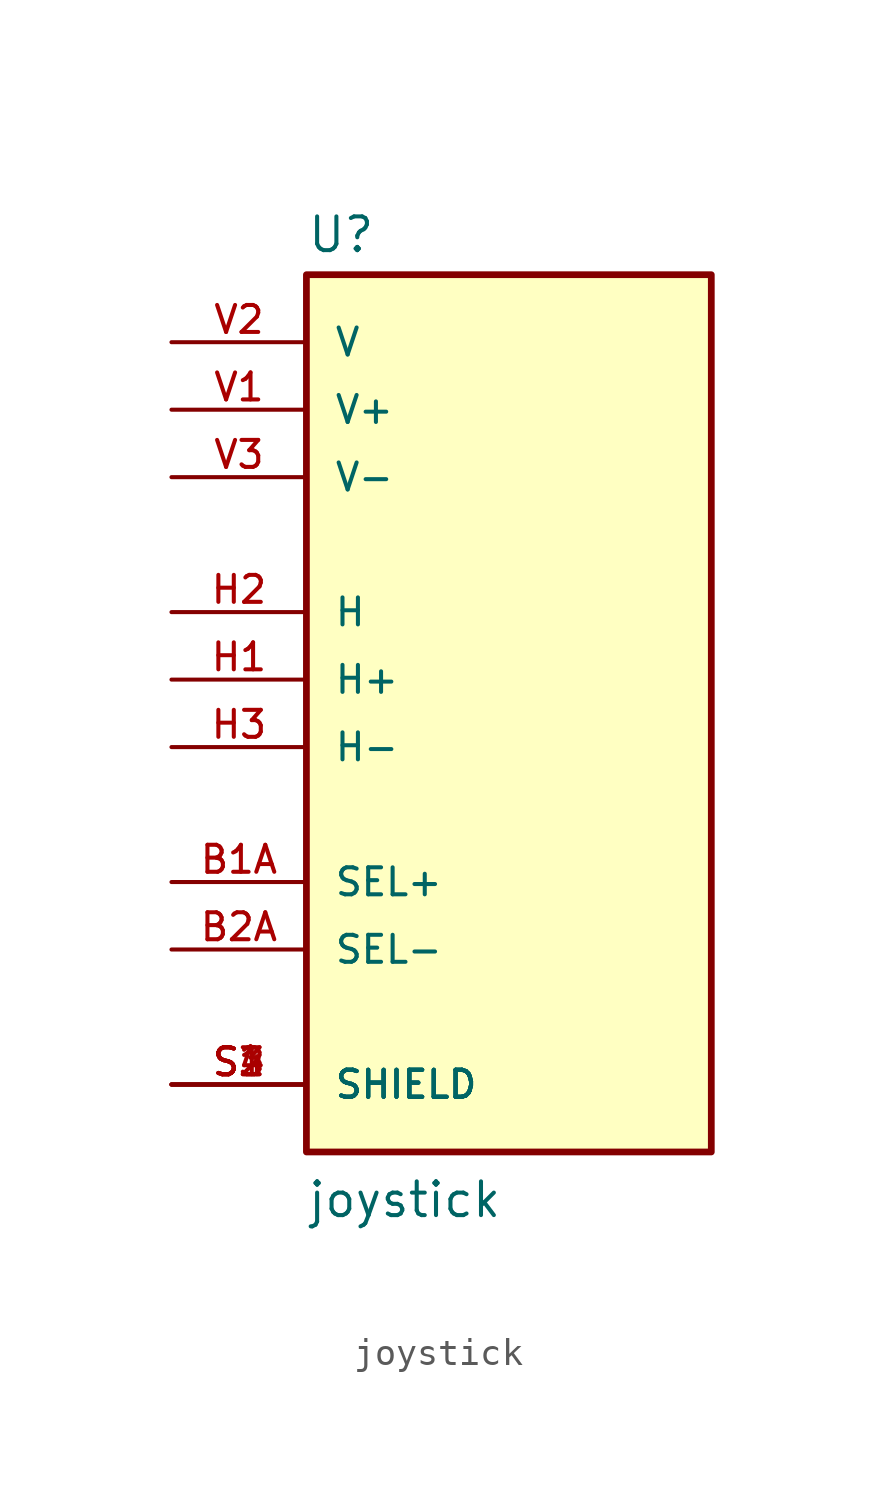
<source format=kicad_sym>
(kicad_symbol_lib
  (version 20241209)
  (generator "kicad_symbol_editor")
  (generator_version "9.0")
  (symbol "joystick"
    (pin_names
      (offset 1.016))
    (property "Reference" "U"
      (at -7.62 16.002 0)
      (effects (font (size 1.27 1.27)) (justify left bottom)))
    (property "Value" "joystick"
      (at -7.62 -20.32 0)
      (effects (font (size 1.27 1.27)) (justify left bottom)))
    (symbol "joystick_0_0"
      (rectangle (start -7.62 -17.78) (end 7.62 15.24) (stroke (width 0.254) (type default)) (fill (type background)))
      (pin passive line (at -12.7 12.7 0) (length 5.08) (name "V" (effects (font (size 1.016 1.016)))) (number "V2" (effects (font (size 1.016 1.016)))))
      (pin passive line (at -12.7 10.16 0) (length 5.08) (name "V+" (effects (font (size 1.016 1.016)))) (number "V1" (effects (font (size 1.016 1.016)))))
      (pin passive line (at -12.7 7.62 0) (length 5.08) (name "V-" (effects (font (size 1.016 1.016)))) (number "V3" (effects (font (size 1.016 1.016)))))
      (pin passive line (at -12.7 2.54 0) (length 5.08) (name "H" (effects (font (size 1.016 1.016)))) (number "H2" (effects (font (size 1.016 1.016)))))
      (pin passive line (at -12.7 0 0) (length 5.08) (name "H+" (effects (font (size 1.016 1.016)))) (number "H1" (effects (font (size 1.016 1.016)))))
      (pin passive line (at -12.7 -2.54 0) (length 5.08) (name "H-" (effects (font (size 1.016 1.016)))) (number "H3" (effects (font (size 1.016 1.016)))))
      (pin passive line (at -12.7 -7.62 0) (length 5.08) (name "SEL+" (effects (font (size 1.016 1.016)))) (number "B1A" (effects (font (size 1.016 1.016)))))
      (pin passive line (at -12.7 -10.16 0) (length 5.08) (name "SEL-" (effects (font (size 1.016 1.016)))) (number "B2A" (effects (font (size 1.016 1.016)))))
      (pin passive line (at -12.7 -15.24 0) (length 5.08) (name "SHIELD" (effects (font (size 1.016 1.016)))) (number "S1" (effects (font (size 1.016 1.016)))))
      (pin passive line (at -12.7 -15.24 0) (length 5.08) (name "SHIELD" (effects (font (size 1.016 1.016)))) (number "S2" (effects (font (size 1.016 1.016)))))
      (pin passive line (at -12.7 -15.24 0) (length 5.08) (name "SHIELD" (effects (font (size 1.016 1.016)))) (number "S3" (effects (font (size 1.016 1.016)))))
      (pin passive line (at -12.7 -15.24 0) (length 5.08) (name "SHIELD" (effects (font (size 1.016 1.016)))) (number "S4" (effects (font (size 1.016 1.016))))))))
</source>
